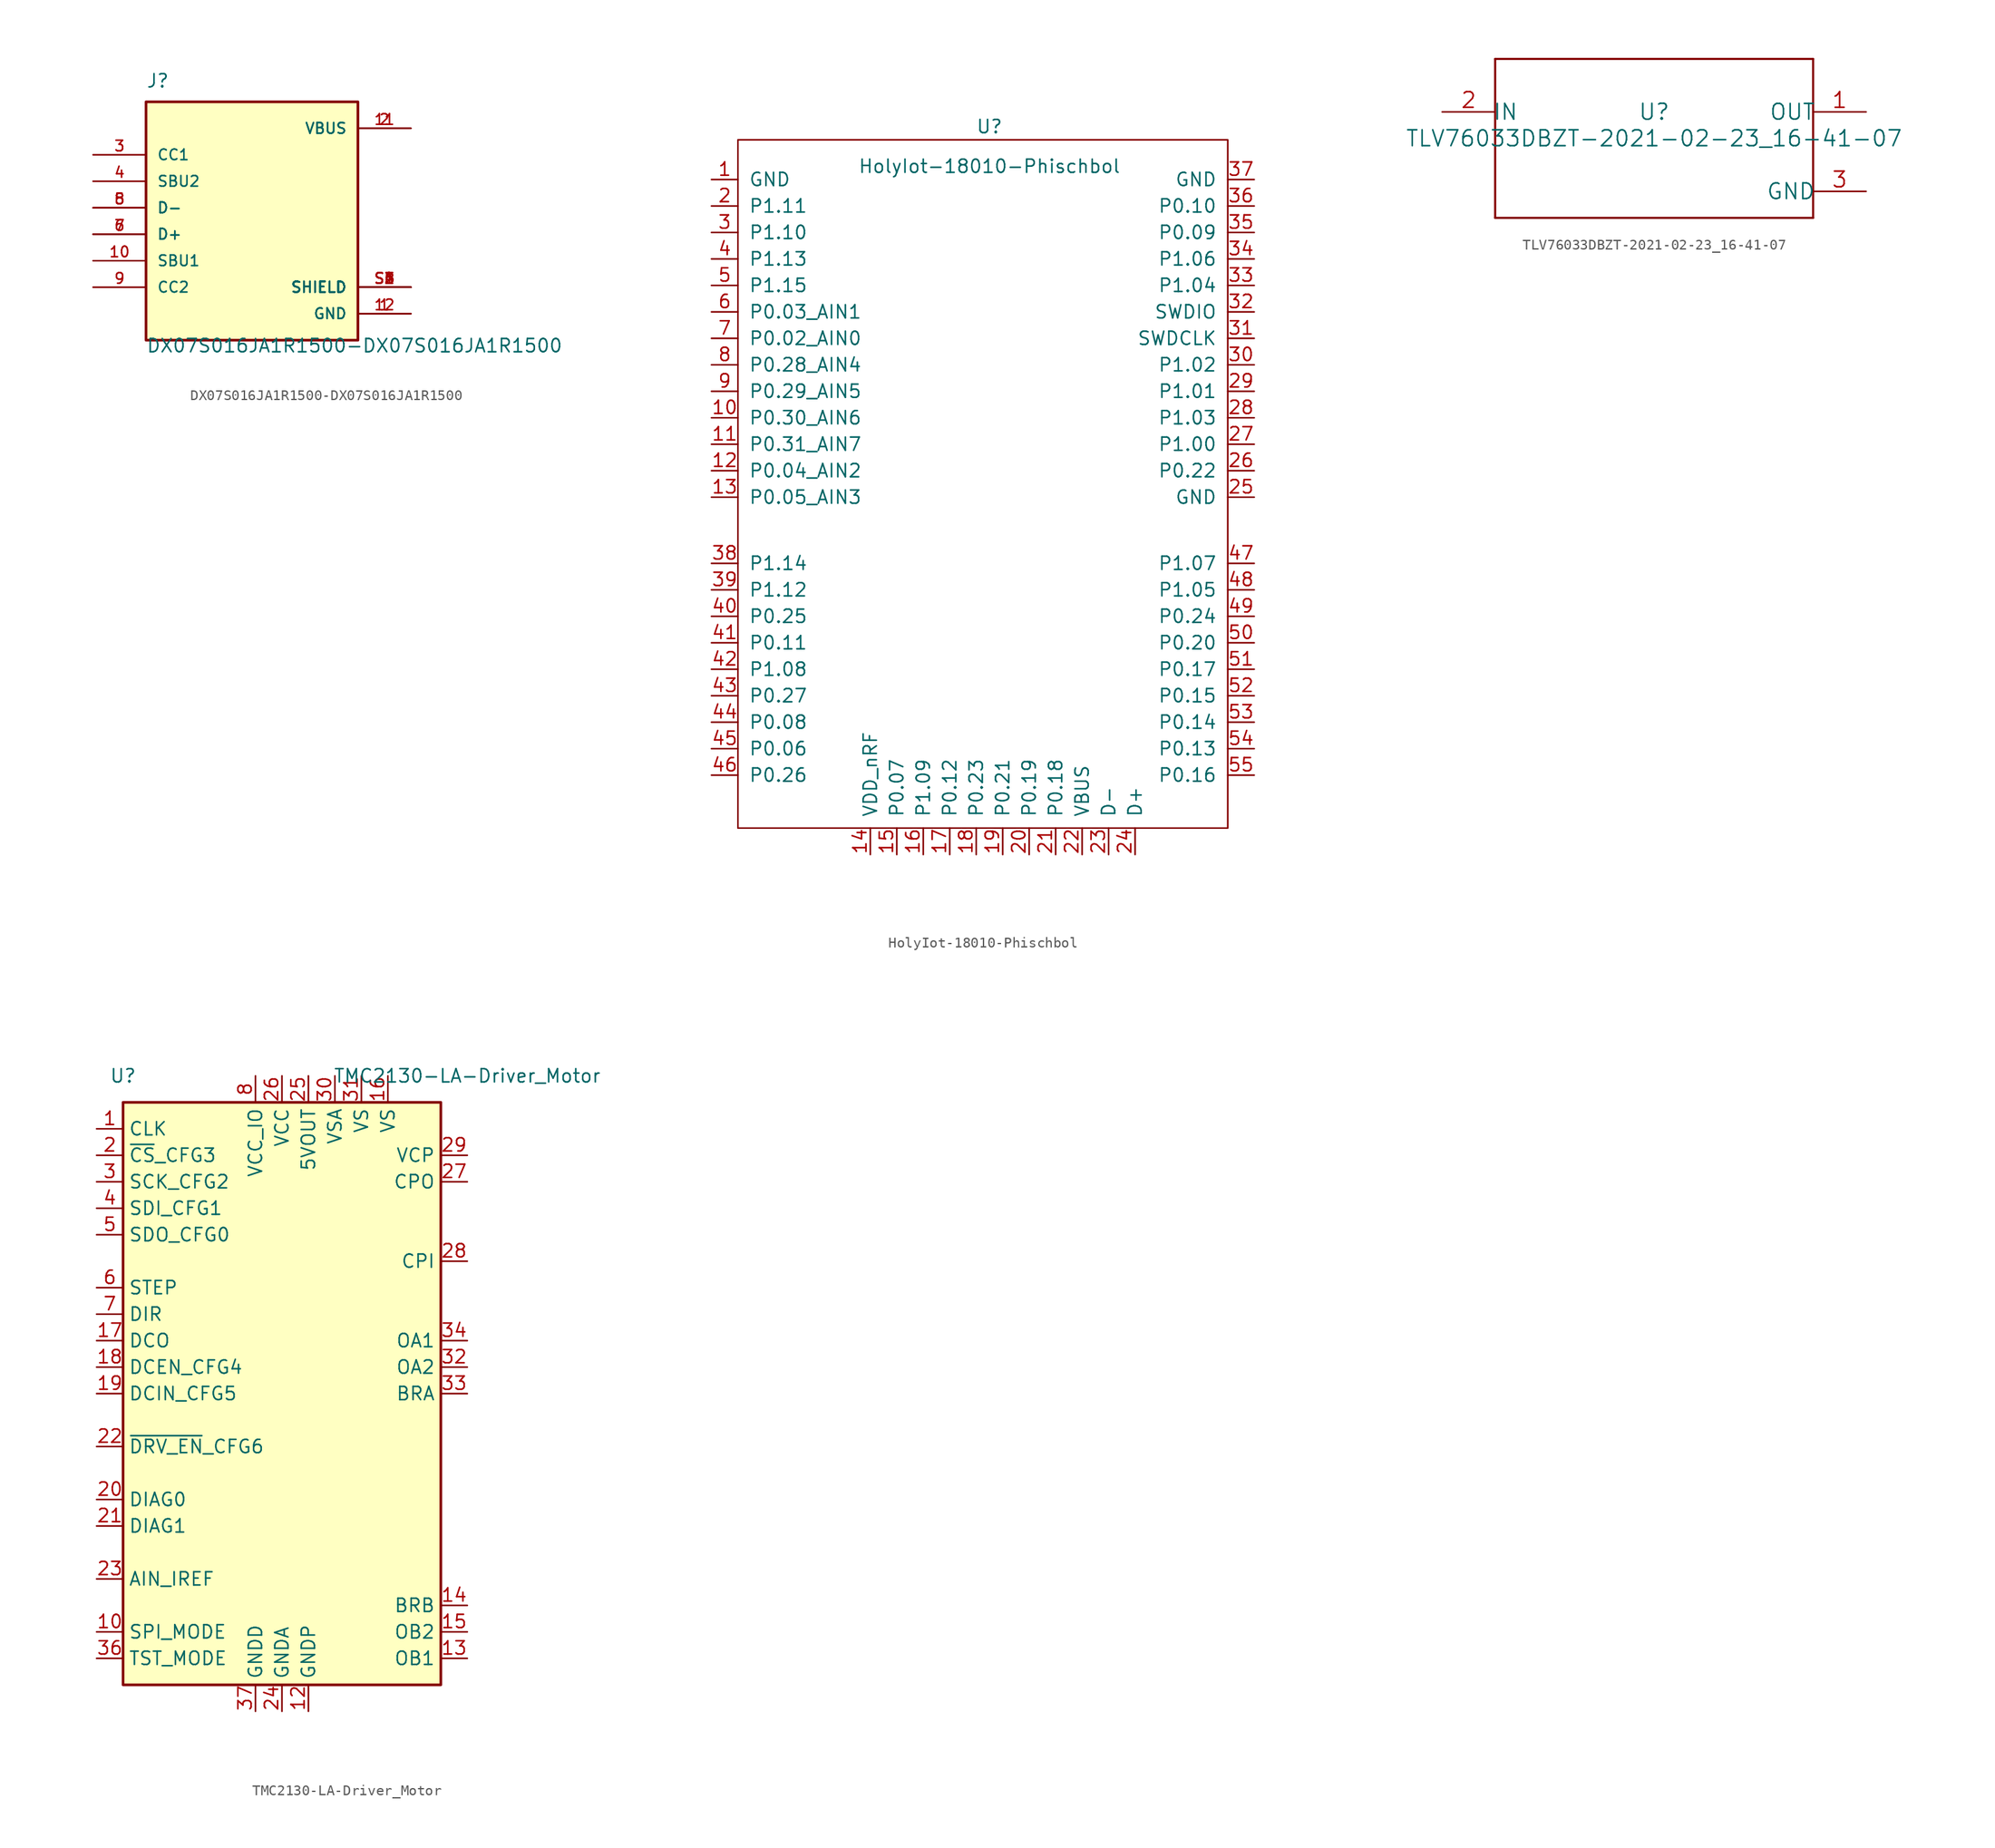
<source format=kicad_sym>
(kicad_symbol_lib
  (version 20211014)
  (generator kicad_symbol_editor)
  (symbol "DX07S016JA1R1500-DX07S016JA1R1500"
    (pin_names
      (offset 1.016))
    (property "Reference" "J"
      (at -10.16 11.43 0)
      (effects (font (size 1.27 1.27)) (justify left bottom)))
    (property "Value" "DX07S016JA1R1500-DX07S016JA1R1500"
      (at -10.16 -13.97 0)
      (effects (font (size 1.27 1.27)) (justify left bottom)))
    (property "ki_locked" ""
      (at 0 0 0)
      (effects (font (size 1.27 1.27))))
    (symbol "DX07S016JA1R1500-DX07S016JA1R1500_0_0"
      (rectangle (start -10.16 -12.7) (end 10.16 10.16) (stroke (width 0.254) (type default) (color 0 0 0 0)) (fill (type background)))
      (pin power_in line (at 15.24 -10.16 180) (length 5.08) (name "GND" (effects (font (size 1.016 1.016)))) (number "1" (effects (font (size 1.016 1.016)))))
      (pin passive line (at -15.24 -5.08 0) (length 5.08) (name "SBU1" (effects (font (size 1.016 1.016)))) (number "10" (effects (font (size 1.016 1.016)))))
      (pin power_in line (at 15.24 7.62 180) (length 5.08) (name "VBUS" (effects (font (size 1.016 1.016)))) (number "11" (effects (font (size 1.016 1.016)))))
      (pin power_in line (at 15.24 -10.16 180) (length 5.08) (name "GND" (effects (font (size 1.016 1.016)))) (number "12" (effects (font (size 1.016 1.016)))))
      (pin power_in line (at 15.24 7.62 180) (length 5.08) (name "VBUS" (effects (font (size 1.016 1.016)))) (number "2" (effects (font (size 1.016 1.016)))))
      (pin passive line (at -15.24 5.08 0) (length 5.08) (name "CC1" (effects (font (size 1.016 1.016)))) (number "3" (effects (font (size 1.016 1.016)))))
      (pin passive line (at -15.24 2.54 0) (length 5.08) (name "SBU2" (effects (font (size 1.016 1.016)))) (number "4" (effects (font (size 1.016 1.016)))))
      (pin passive line (at -15.24 0 0) (length 5.08) (name "D-" (effects (font (size 1.016 1.016)))) (number "5" (effects (font (size 1.016 1.016)))))
      (pin passive line (at -15.24 -2.54 0) (length 5.08) (name "D+" (effects (font (size 1.016 1.016)))) (number "6" (effects (font (size 1.016 1.016)))))
      (pin passive line (at -15.24 -2.54 0) (length 5.08) (name "D+" (effects (font (size 1.016 1.016)))) (number "7" (effects (font (size 1.016 1.016)))))
      (pin passive line (at -15.24 0 0) (length 5.08) (name "D-" (effects (font (size 1.016 1.016)))) (number "8" (effects (font (size 1.016 1.016)))))
      (pin passive line (at -15.24 -7.62 0) (length 5.08) (name "CC2" (effects (font (size 1.016 1.016)))) (number "9" (effects (font (size 1.016 1.016)))))
      (pin passive line (at 15.24 -7.62 180) (length 5.08) (name "SHIELD" (effects (font (size 1.016 1.016)))) (number "S1" (effects (font (size 1.016 1.016)))))
      (pin passive line (at 15.24 -7.62 180) (length 5.08) (name "SHIELD" (effects (font (size 1.016 1.016)))) (number "S2" (effects (font (size 1.016 1.016)))))
      (pin passive line (at 15.24 -7.62 180) (length 5.08) (name "SHIELD" (effects (font (size 1.016 1.016)))) (number "S3" (effects (font (size 1.016 1.016)))))
      (pin passive line (at 15.24 -7.62 180) (length 5.08) (name "SHIELD" (effects (font (size 1.016 1.016)))) (number "S4" (effects (font (size 1.016 1.016)))))
      (pin passive line (at 15.24 -7.62 180) (length 5.08) (name "SHIELD" (effects (font (size 1.016 1.016)))) (number "S5" (effects (font (size 1.016 1.016)))))
      (pin passive line (at 15.24 -7.62 180) (length 5.08) (name "SHIELD" (effects (font (size 1.016 1.016)))) (number "S6" (effects (font (size 1.016 1.016)))))))
  (symbol "HolyIot-18010-Phischbol"
    (pin_names
      (offset 1.016))
    (property "Reference" "U"
      (at 26.67 -1.27 0)
      (effects (font (size 1.27 1.27))))
    (property "Value" "HolyIot-18010-Phischbol"
      (at 26.67 -5.08 0)
      (effects (font (size 1.27 1.27))))
    (symbol "HolyIot-18010-Phischbol_0_1"
      (rectangle (start 2.54 -2.54) (end 49.53 -68.58) (stroke (width 0) (type default) (color 0 0 0 0)) (fill (type none))))
    (symbol "HolyIot-18010-Phischbol_1_1"
      (pin input line (at 0 -6.35 0) (length 2.54) (name "GND" (effects (font (size 1.27 1.27)))) (number "1" (effects (font (size 1.27 1.27)))))
      (pin bidirectional line (at 0 -29.21 0) (length 2.54) (name "P0.30_AIN6" (effects (font (size 1.27 1.27)))) (number "10" (effects (font (size 1.27 1.27)))))
      (pin bidirectional line (at 0 -31.75 0) (length 2.54) (name "P0.31_AIN7" (effects (font (size 1.27 1.27)))) (number "11" (effects (font (size 1.27 1.27)))))
      (pin bidirectional line (at 0 -34.29 0) (length 2.54) (name "P0.04_AIN2" (effects (font (size 1.27 1.27)))) (number "12" (effects (font (size 1.27 1.27)))))
      (pin bidirectional line (at 0 -36.83 0) (length 2.54) (name "P0.05_AIN3" (effects (font (size 1.27 1.27)))) (number "13" (effects (font (size 1.27 1.27)))))
      (pin bidirectional line (at 15.24 -71.12 90) (length 2.54) (name "VDD_nRF" (effects (font (size 1.27 1.27)))) (number "14" (effects (font (size 1.27 1.27)))))
      (pin bidirectional line (at 17.78 -71.12 90) (length 2.54) (name "P0.07" (effects (font (size 1.27 1.27)))) (number "15" (effects (font (size 1.27 1.27)))))
      (pin bidirectional line (at 20.32 -71.12 90) (length 2.54) (name "P1.09" (effects (font (size 1.27 1.27)))) (number "16" (effects (font (size 1.27 1.27)))))
      (pin bidirectional line (at 22.86 -71.12 90) (length 2.54) (name "P0.12" (effects (font (size 1.27 1.27)))) (number "17" (effects (font (size 1.27 1.27)))))
      (pin bidirectional line (at 25.4 -71.12 90) (length 2.54) (name "P0.23" (effects (font (size 1.27 1.27)))) (number "18" (effects (font (size 1.27 1.27)))))
      (pin bidirectional line (at 27.94 -71.12 90) (length 2.54) (name "P0.21" (effects (font (size 1.27 1.27)))) (number "19" (effects (font (size 1.27 1.27)))))
      (pin bidirectional line (at 0 -8.89 0) (length 2.54) (name "P1.11" (effects (font (size 1.27 1.27)))) (number "2" (effects (font (size 1.27 1.27)))))
      (pin bidirectional line (at 30.48 -71.12 90) (length 2.54) (name "P0.19" (effects (font (size 1.27 1.27)))) (number "20" (effects (font (size 1.27 1.27)))))
      (pin bidirectional line (at 33.02 -71.12 90) (length 2.54) (name "P0.18" (effects (font (size 1.27 1.27)))) (number "21" (effects (font (size 1.27 1.27)))))
      (pin input line (at 35.56 -71.12 90) (length 2.54) (name "VBUS" (effects (font (size 1.27 1.27)))) (number "22" (effects (font (size 1.27 1.27)))))
      (pin bidirectional line (at 38.1 -71.12 90) (length 2.54) (name "D-" (effects (font (size 1.27 1.27)))) (number "23" (effects (font (size 1.27 1.27)))))
      (pin bidirectional line (at 40.64 -71.12 90) (length 2.54) (name "D+" (effects (font (size 1.27 1.27)))) (number "24" (effects (font (size 1.27 1.27)))))
      (pin input line (at 52.07 -36.83 180) (length 2.54) (name "GND" (effects (font (size 1.27 1.27)))) (number "25" (effects (font (size 1.27 1.27)))))
      (pin bidirectional line (at 52.07 -34.29 180) (length 2.54) (name "P0.22" (effects (font (size 1.27 1.27)))) (number "26" (effects (font (size 1.27 1.27)))))
      (pin bidirectional line (at 52.07 -31.75 180) (length 2.54) (name "P1.00" (effects (font (size 1.27 1.27)))) (number "27" (effects (font (size 1.27 1.27)))))
      (pin bidirectional line (at 52.07 -29.21 180) (length 2.54) (name "P1.03" (effects (font (size 1.27 1.27)))) (number "28" (effects (font (size 1.27 1.27)))))
      (pin bidirectional line (at 52.07 -26.67 180) (length 2.54) (name "P1.01" (effects (font (size 1.27 1.27)))) (number "29" (effects (font (size 1.27 1.27)))))
      (pin bidirectional line (at 0 -11.43 0) (length 2.54) (name "P1.10" (effects (font (size 1.27 1.27)))) (number "3" (effects (font (size 1.27 1.27)))))
      (pin bidirectional line (at 52.07 -24.13 180) (length 2.54) (name "P1.02" (effects (font (size 1.27 1.27)))) (number "30" (effects (font (size 1.27 1.27)))))
      (pin input line (at 52.07 -21.59 180) (length 2.54) (name "SWDCLK" (effects (font (size 1.27 1.27)))) (number "31" (effects (font (size 1.27 1.27)))))
      (pin bidirectional line (at 52.07 -19.05 180) (length 2.54) (name "SWDIO" (effects (font (size 1.27 1.27)))) (number "32" (effects (font (size 1.27 1.27)))))
      (pin bidirectional line (at 52.07 -16.51 180) (length 2.54) (name "P1.04" (effects (font (size 1.27 1.27)))) (number "33" (effects (font (size 1.27 1.27)))))
      (pin bidirectional line (at 52.07 -13.97 180) (length 2.54) (name "P1.06" (effects (font (size 1.27 1.27)))) (number "34" (effects (font (size 1.27 1.27)))))
      (pin bidirectional line (at 52.07 -11.43 180) (length 2.54) (name "P0.09" (effects (font (size 1.27 1.27)))) (number "35" (effects (font (size 1.27 1.27)))))
      (pin bidirectional line (at 52.07 -8.89 180) (length 2.54) (name "P0.10" (effects (font (size 1.27 1.27)))) (number "36" (effects (font (size 1.27 1.27)))))
      (pin input line (at 52.07 -6.35 180) (length 2.54) (name "GND" (effects (font (size 1.27 1.27)))) (number "37" (effects (font (size 1.27 1.27)))))
      (pin bidirectional line (at 0 -43.18 0) (length 2.54) (name "P1.14" (effects (font (size 1.27 1.27)))) (number "38" (effects (font (size 1.27 1.27)))))
      (pin bidirectional line (at 0 -45.72 0) (length 2.54) (name "P1.12" (effects (font (size 1.27 1.27)))) (number "39" (effects (font (size 1.27 1.27)))))
      (pin bidirectional line (at 0 -13.97 0) (length 2.54) (name "P1.13" (effects (font (size 1.27 1.27)))) (number "4" (effects (font (size 1.27 1.27)))))
      (pin bidirectional line (at 0 -48.26 0) (length 2.54) (name "P0.25" (effects (font (size 1.27 1.27)))) (number "40" (effects (font (size 1.27 1.27)))))
      (pin bidirectional line (at 0 -50.8 0) (length 2.54) (name "P0.11" (effects (font (size 1.27 1.27)))) (number "41" (effects (font (size 1.27 1.27)))))
      (pin bidirectional line (at 0 -53.34 0) (length 2.54) (name "P1.08" (effects (font (size 1.27 1.27)))) (number "42" (effects (font (size 1.27 1.27)))))
      (pin bidirectional line (at 0 -55.88 0) (length 2.54) (name "P0.27" (effects (font (size 1.27 1.27)))) (number "43" (effects (font (size 1.27 1.27)))))
      (pin bidirectional line (at 0 -58.42 0) (length 2.54) (name "P0.08" (effects (font (size 1.27 1.27)))) (number "44" (effects (font (size 1.27 1.27)))))
      (pin bidirectional line (at 0 -60.96 0) (length 2.54) (name "P0.06" (effects (font (size 1.27 1.27)))) (number "45" (effects (font (size 1.27 1.27)))))
      (pin bidirectional line (at 0 -63.5 0) (length 2.54) (name "P0.26" (effects (font (size 1.27 1.27)))) (number "46" (effects (font (size 1.27 1.27)))))
      (pin bidirectional line (at 52.07 -43.18 180) (length 2.54) (name "P1.07" (effects (font (size 1.27 1.27)))) (number "47" (effects (font (size 1.27 1.27)))))
      (pin bidirectional line (at 52.07 -45.72 180) (length 2.54) (name "P1.05" (effects (font (size 1.27 1.27)))) (number "48" (effects (font (size 1.27 1.27)))))
      (pin bidirectional line (at 52.07 -48.26 180) (length 2.54) (name "P0.24" (effects (font (size 1.27 1.27)))) (number "49" (effects (font (size 1.27 1.27)))))
      (pin bidirectional line (at 0 -16.51 0) (length 2.54) (name "P1.15" (effects (font (size 1.27 1.27)))) (number "5" (effects (font (size 1.27 1.27)))))
      (pin bidirectional line (at 52.07 -50.8 180) (length 2.54) (name "P0.20" (effects (font (size 1.27 1.27)))) (number "50" (effects (font (size 1.27 1.27)))))
      (pin bidirectional line (at 52.07 -53.34 180) (length 2.54) (name "P0.17" (effects (font (size 1.27 1.27)))) (number "51" (effects (font (size 1.27 1.27)))))
      (pin bidirectional line (at 52.07 -55.88 180) (length 2.54) (name "P0.15" (effects (font (size 1.27 1.27)))) (number "52" (effects (font (size 1.27 1.27)))))
      (pin bidirectional line (at 52.07 -58.42 180) (length 2.54) (name "P0.14" (effects (font (size 1.27 1.27)))) (number "53" (effects (font (size 1.27 1.27)))))
      (pin bidirectional line (at 52.07 -60.96 180) (length 2.54) (name "P0.13" (effects (font (size 1.27 1.27)))) (number "54" (effects (font (size 1.27 1.27)))))
      (pin bidirectional line (at 52.07 -63.5 180) (length 2.54) (name "P0.16" (effects (font (size 1.27 1.27)))) (number "55" (effects (font (size 1.27 1.27)))))
      (pin bidirectional line (at 0 -19.05 0) (length 2.54) (name "P0.03_AIN1" (effects (font (size 1.27 1.27)))) (number "6" (effects (font (size 1.27 1.27)))))
      (pin bidirectional line (at 0 -21.59 0) (length 2.54) (name "P0.02_AIN0" (effects (font (size 1.27 1.27)))) (number "7" (effects (font (size 1.27 1.27)))))
      (pin bidirectional line (at 0 -24.13 0) (length 2.54) (name "P0.28_AIN4" (effects (font (size 1.27 1.27)))) (number "8" (effects (font (size 1.27 1.27)))))
      (pin bidirectional line (at 0 -26.67 0) (length 2.54) (name "P0.29_AIN5" (effects (font (size 1.27 1.27)))) (number "9" (effects (font (size 1.27 1.27)))))))
  (symbol "TLV76033DBZT-2021-02-23_16-41-07"
    (pin_names
      (offset -0.254))
    (property "Reference" "U"
      (at 0 2.54 0)
      (effects (font (size 1.524 1.524))))
    (property "Value" "TLV76033DBZT-2021-02-23_16-41-07"
      (at 0 0 0)
      (effects (font (size 1.524 1.524))))
    (property "Datasheet" ""
      (at 0 0 0)
      (effects (font (size 1.524 1.524))))
    (property "ki_locked" ""
      (at 0 0 0)
      (effects (font (size 1.27 1.27))))
    (symbol "TLV76033DBZT-2021-02-23_16-41-07_1_1"
      (polyline (pts (xy -15.24 -7.62) (xy 15.24 -7.62)) (stroke (width 0.203) (type default) (color 0 0 0 0)) (fill (type none)))
      (polyline (pts (xy -15.24 7.62) (xy -15.24 -7.62)) (stroke (width 0.203) (type default) (color 0 0 0 0)) (fill (type none)))
      (polyline (pts (xy 15.24 -7.62) (xy 15.24 7.62)) (stroke (width 0.203) (type default) (color 0 0 0 0)) (fill (type none)))
      (polyline (pts (xy 15.24 7.62) (xy -15.24 7.62)) (stroke (width 0.203) (type default) (color 0 0 0 0)) (fill (type none)))
      (pin power_in line (at 20.32 2.54 180) (length 5.08) (name "OUT" (effects (font (size 1.499 1.499)))) (number "1" (effects (font (size 1.499 1.499)))))
      (pin power_in line (at -20.32 2.54 0) (length 5.08) (name "IN" (effects (font (size 1.499 1.499)))) (number "2" (effects (font (size 1.499 1.499)))))
      (pin power_in line (at 20.32 -5.08 180) (length 5.08) (name "GND" (effects (font (size 1.499 1.499)))) (number "3" (effects (font (size 1.499 1.499)))))))
  (symbol "TMC2130-LA-Driver_Motor"
    (property "Reference" "U"
      (at -15.24 30.48 0)
      (effects (font (size 1.27 1.27))))
    (property "Value" "TMC2130-LA-Driver_Motor"
      (at 17.78 30.48 0)
      (effects (font (size 1.27 1.27))))
    (symbol "TMC2130-LA-Driver_Motor_0_1"
      (rectangle (start -15.24 27.94) (end 15.24 -27.94) (stroke (width 0.254) (type default) (color 0 0 0 0)) (fill (type background))))
    (symbol "TMC2130-LA-Driver_Motor_1_1"
      (pin input line (at -17.78 25.4 0) (length 2.54) (name "CLK" (effects (font (size 1.27 1.27)))) (number "1" (effects (font (size 1.27 1.27)))))
      (pin input line (at -17.78 -22.86 0) (length 2.54) (name "SPI_MODE" (effects (font (size 1.27 1.27)))) (number "10" (effects (font (size 1.27 1.27)))))
      (pin passive line (at -2.54 -30.48 90) (length 2.54) hide (name "GNDD" (effects (font (size 1.27 1.27)))) (number "11" (effects (font (size 1.27 1.27)))))
      (pin power_in line (at 2.54 -30.48 90) (length 2.54) (name "GNDP" (effects (font (size 1.27 1.27)))) (number "12" (effects (font (size 1.27 1.27)))))
      (pin output line (at 17.78 -25.4 180) (length 2.54) (name "OB1" (effects (font (size 1.27 1.27)))) (number "13" (effects (font (size 1.27 1.27)))))
      (pin passive line (at 17.78 -20.32 180) (length 2.54) (name "BRB" (effects (font (size 1.27 1.27)))) (number "14" (effects (font (size 1.27 1.27)))))
      (pin output line (at 17.78 -22.86 180) (length 2.54) (name "OB2" (effects (font (size 1.27 1.27)))) (number "15" (effects (font (size 1.27 1.27)))))
      (pin power_in line (at 10.16 30.48 270) (length 2.54) (name "VS" (effects (font (size 1.27 1.27)))) (number "16" (effects (font (size 1.27 1.27)))))
      (pin output line (at -17.78 5.08 0) (length 2.54) (name "DCO" (effects (font (size 1.27 1.27)))) (number "17" (effects (font (size 1.27 1.27)))))
      (pin input line (at -17.78 2.54 0) (length 2.54) (name "DCEN_CFG4" (effects (font (size 1.27 1.27)))) (number "18" (effects (font (size 1.27 1.27)))))
      (pin input line (at -17.78 0 0) (length 2.54) (name "DCIN_CFG5" (effects (font (size 1.27 1.27)))) (number "19" (effects (font (size 1.27 1.27)))))
      (pin input line (at -17.78 22.86 0) (length 2.54) (name "~{CS}_CFG3" (effects (font (size 1.27 1.27)))) (number "2" (effects (font (size 1.27 1.27)))))
      (pin output line (at -17.78 -10.16 0) (length 2.54) (name "DIAG0" (effects (font (size 1.27 1.27)))) (number "20" (effects (font (size 1.27 1.27)))))
      (pin output line (at -17.78 -12.7 0) (length 2.54) (name "DIAG1" (effects (font (size 1.27 1.27)))) (number "21" (effects (font (size 1.27 1.27)))))
      (pin input line (at -17.78 -5.08 0) (length 2.54) (name "~{DRV_EN}_CFG6" (effects (font (size 1.27 1.27)))) (number "22" (effects (font (size 1.27 1.27)))))
      (pin input line (at -17.78 -17.78 0) (length 2.54) (name "AIN_IREF" (effects (font (size 1.27 1.27)))) (number "23" (effects (font (size 1.27 1.27)))))
      (pin power_in line (at 0 -30.48 90) (length 2.54) (name "GNDA" (effects (font (size 1.27 1.27)))) (number "24" (effects (font (size 1.27 1.27)))))
      (pin power_out line (at 2.54 30.48 270) (length 2.54) (name "5VOUT" (effects (font (size 1.27 1.27)))) (number "25" (effects (font (size 1.27 1.27)))))
      (pin power_in line (at 0 30.48 270) (length 2.54) (name "VCC" (effects (font (size 1.27 1.27)))) (number "26" (effects (font (size 1.27 1.27)))))
      (pin passive line (at 17.78 20.32 180) (length 2.54) (name "CPO" (effects (font (size 1.27 1.27)))) (number "27" (effects (font (size 1.27 1.27)))))
      (pin passive line (at 17.78 12.7 180) (length 2.54) (name "CPI" (effects (font (size 1.27 1.27)))) (number "28" (effects (font (size 1.27 1.27)))))
      (pin passive line (at 17.78 22.86 180) (length 2.54) (name "VCP" (effects (font (size 1.27 1.27)))) (number "29" (effects (font (size 1.27 1.27)))))
      (pin input line (at -17.78 20.32 0) (length 2.54) (name "SCK_CFG2" (effects (font (size 1.27 1.27)))) (number "3" (effects (font (size 1.27 1.27)))))
      (pin power_in line (at 5.08 30.48 270) (length 2.54) (name "VSA" (effects (font (size 1.27 1.27)))) (number "30" (effects (font (size 1.27 1.27)))))
      (pin power_in line (at 7.62 30.48 270) (length 2.54) (name "VS" (effects (font (size 1.27 1.27)))) (number "31" (effects (font (size 1.27 1.27)))))
      (pin output line (at 17.78 2.54 180) (length 2.54) (name "OA2" (effects (font (size 1.27 1.27)))) (number "32" (effects (font (size 1.27 1.27)))))
      (pin passive line (at 17.78 0 180) (length 2.54) (name "BRA" (effects (font (size 1.27 1.27)))) (number "33" (effects (font (size 1.27 1.27)))))
      (pin output line (at 17.78 5.08 180) (length 2.54) (name "OA1" (effects (font (size 1.27 1.27)))) (number "34" (effects (font (size 1.27 1.27)))))
      (pin passive line (at 2.54 -30.48 90) (length 2.54) hide (name "GNDP" (effects (font (size 1.27 1.27)))) (number "35" (effects (font (size 1.27 1.27)))))
      (pin input line (at -17.78 -25.4 0) (length 2.54) (name "TST_MODE" (effects (font (size 1.27 1.27)))) (number "36" (effects (font (size 1.27 1.27)))))
      (pin power_in line (at -2.54 -30.48 90) (length 2.54) (name "GNDD" (effects (font (size 1.27 1.27)))) (number "37" (effects (font (size 1.27 1.27)))))
      (pin input line (at -17.78 17.78 0) (length 2.54) (name "SDI_CFG1" (effects (font (size 1.27 1.27)))) (number "4" (effects (font (size 1.27 1.27)))))
      (pin bidirectional line (at -17.78 15.24 0) (length 2.54) (name "SDO_CFG0" (effects (font (size 1.27 1.27)))) (number "5" (effects (font (size 1.27 1.27)))))
      (pin input line (at -17.78 10.16 0) (length 2.54) (name "STEP" (effects (font (size 1.27 1.27)))) (number "6" (effects (font (size 1.27 1.27)))))
      (pin input line (at -17.78 7.62 0) (length 2.54) (name "DIR" (effects (font (size 1.27 1.27)))) (number "7" (effects (font (size 1.27 1.27)))))
      (pin power_in line (at -2.54 30.48 270) (length 2.54) (name "VCC_IO" (effects (font (size 1.27 1.27)))) (number "8" (effects (font (size 1.27 1.27)))))
      (pin no_connect line (at 15.24 17.78 180) (length 2.54) hide (name "DNC" (effects (font (size 1.27 1.27)))) (number "9" (effects (font (size 1.27 1.27))))))))
</source>
